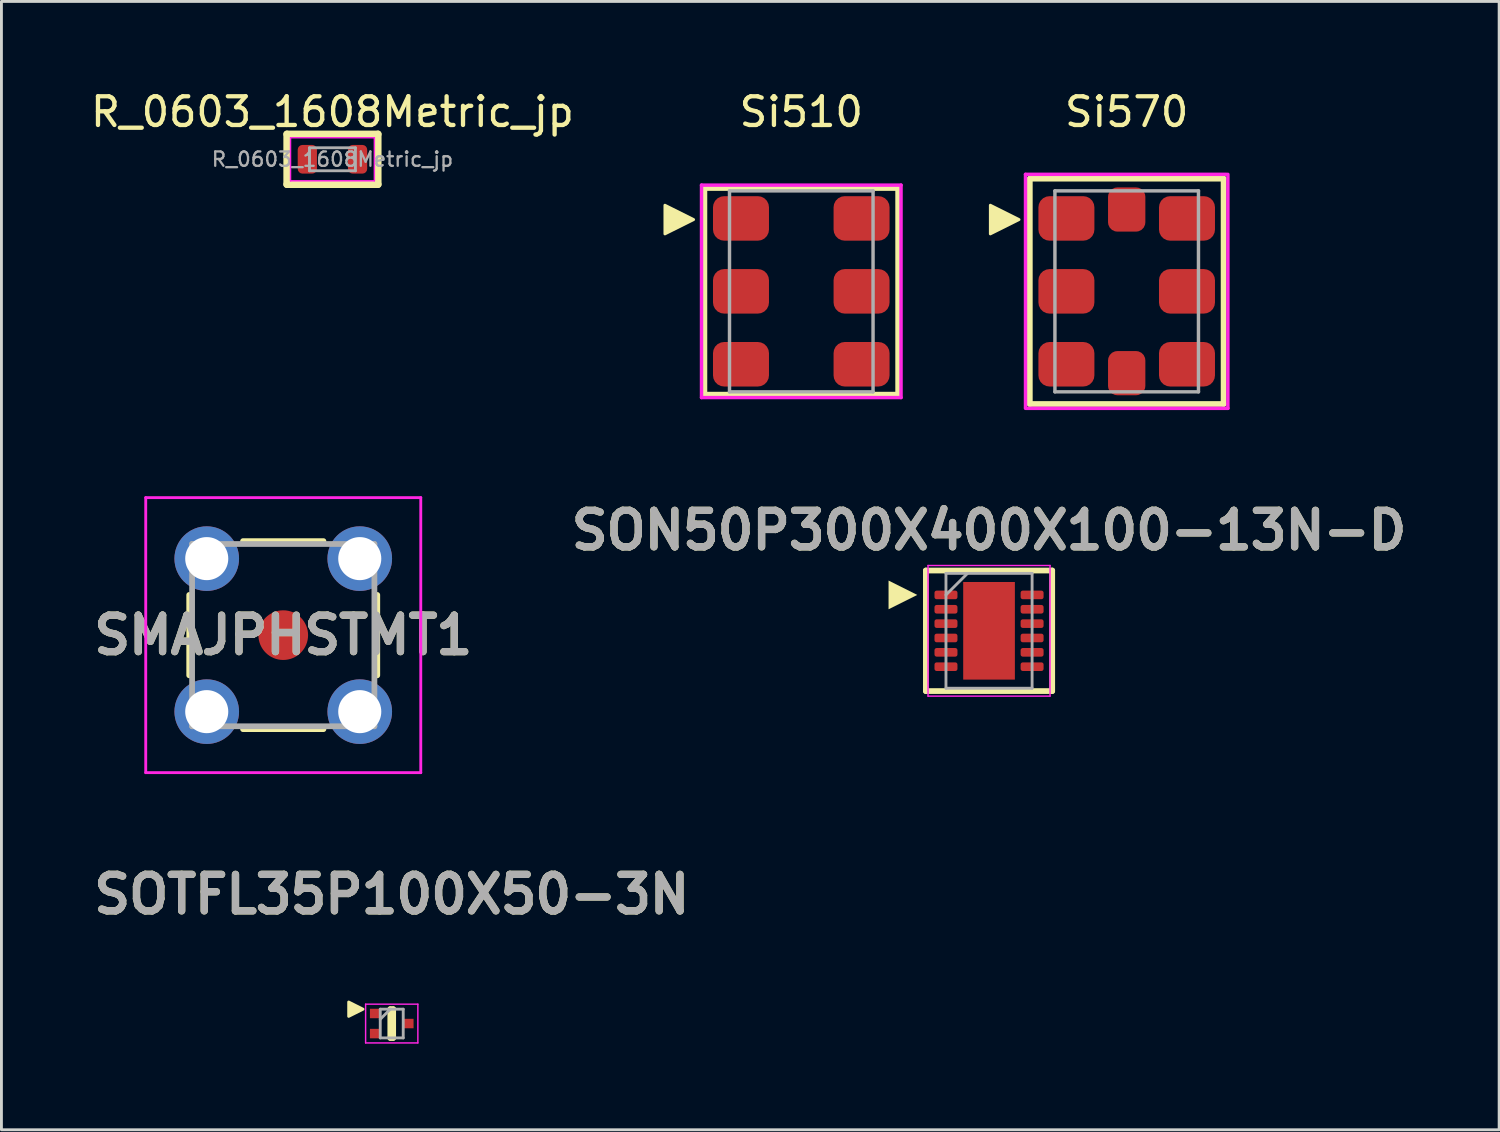
<source format=kicad_pcb>
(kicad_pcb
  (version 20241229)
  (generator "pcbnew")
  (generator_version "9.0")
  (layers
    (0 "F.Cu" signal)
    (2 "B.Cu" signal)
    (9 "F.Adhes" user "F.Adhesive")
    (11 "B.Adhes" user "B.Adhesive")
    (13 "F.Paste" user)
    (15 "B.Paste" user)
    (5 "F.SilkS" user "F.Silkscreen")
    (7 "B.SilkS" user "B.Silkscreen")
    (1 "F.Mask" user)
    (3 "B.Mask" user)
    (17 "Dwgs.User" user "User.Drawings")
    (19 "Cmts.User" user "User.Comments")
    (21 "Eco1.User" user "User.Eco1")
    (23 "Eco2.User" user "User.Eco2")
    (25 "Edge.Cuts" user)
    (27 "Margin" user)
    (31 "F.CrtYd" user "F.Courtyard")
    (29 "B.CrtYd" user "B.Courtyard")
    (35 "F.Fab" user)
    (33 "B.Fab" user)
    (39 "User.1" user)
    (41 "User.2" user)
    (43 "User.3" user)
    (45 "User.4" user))
  (footprint "Si570"
    (layer "F.Cu")
    (at 36.195 7.098)
    (property "Reference" "Si570" (at 0 -6.25 0) (layer "F.SilkS") (effects (font (size 1 1) (thickness 0.15))))
    (attr through_hole)
    (fp_line (start -3.375 -3.925) (end -3.375 3.925) (stroke (width 0.2) (type solid)) (layer "F.SilkS"))
    (fp_line (start -3.375 3.925) (end 3.375 3.925) (stroke (width 0.2) (type solid)) (layer "F.SilkS"))
    (fp_line (start 3.375 -3.925) (end -3.375 -3.925) (stroke (width 0.2) (type solid)) (layer "F.SilkS"))
    (fp_line (start 3.375 3.925) (end 3.375 -3.925) (stroke (width 0.2) (type solid)) (layer "F.SilkS"))
    (fp_poly (pts (xy -3.75 -2.5) (xy -4.75 -2) (xy -4.75 -3)) (stroke (width 0.1) (type solid)) (fill yes) (layer "F.SilkS"))
    (fp_line (start -3.525 -4.075) (end 3.475 -4.075) (stroke (width 0.12) (type solid)) (layer "F.CrtYd"))
    (fp_line (start -3.525 4.05) (end -3.525 -4.075) (stroke (width 0.12) (type solid)) (layer "F.CrtYd"))
    (fp_line (start 3.525 -4.075) (end 3.525 4.075) (stroke (width 0.12) (type solid)) (layer "F.CrtYd"))
    (fp_line (start 3.525 4.075) (end -3.525 4.075) (stroke (width 0.12) (type solid)) (layer "F.CrtYd"))
    (fp_line (start -2.5 -3.5) (end 2.5 -3.5) (stroke (width 0.12) (type solid)) (layer "F.Fab"))
    (fp_line (start -2.5 3.5) (end -2.5 -3.5) (stroke (width 0.12) (type solid)) (layer "F.Fab"))
    (fp_line (start 2.5 -3.5) (end 2.5 3.5) (stroke (width 0.12) (type solid)) (layer "F.Fab"))
    (fp_line (start 2.5 3.5) (end -2.5 3.5) (stroke (width 0.12) (type solid)) (layer "F.Fab"))
    (pad "1" smd roundrect (at -2.1 -2.54) (size 1.95 1.55) (layers "F.Cu" "F.Mask" "F.Paste") (roundrect_rratio 0.25))
    (pad "2" smd roundrect (at -2.1 0) (size 1.95 1.55) (layers "F.Cu" "F.Mask" "F.Paste") (roundrect_rratio 0.25))
    (pad "3" smd roundrect (at -2.1 2.54) (size 1.95 1.55) (layers "F.Cu" "F.Mask" "F.Paste") (roundrect_rratio 0.25))
    (pad "4" smd roundrect (at 2.1 2.54) (size 1.95 1.55) (layers "F.Cu" "F.Mask" "F.Paste") (roundrect_rratio 0.25))
    (pad "5" smd roundrect (at 2.1 0) (size 1.95 1.55) (layers "F.Cu" "F.Mask" "F.Paste") (roundrect_rratio 0.25))
    (pad "6" smd roundrect (at 2.1 -2.54) (size 1.95 1.55) (layers "F.Cu" "F.Mask" "F.Paste") (roundrect_rratio 0.25))
    (pad "7" smd roundrect (at 0 -2.85) (size 1.3 1.54) (layers "F.Cu" "F.Mask" "F.Paste") (roundrect_rratio 0.25))
    (pad "8" smd roundrect (at 0 2.85) (size 1.3 1.54) (layers "F.Cu" "F.Mask" "F.Paste") (roundrect_rratio 0.25)))
  (footprint "Si510"
    (layer "F.Cu")
    (at 24.86 7.098)
    (property "Reference" "Si510" (at 0 -6.25 0) (layer "F.SilkS") (effects (font (size 1 1) (thickness 0.15))))
    (attr through_hole)
    (fp_line (start -3.375 -3.6) (end -3.375 3.6) (stroke (width 0.2) (type solid)) (layer "F.SilkS"))
    (fp_line (start -3.375 3.6) (end 3.375 3.6) (stroke (width 0.2) (type solid)) (layer "F.SilkS"))
    (fp_line (start 3.375 -3.6) (end -3.375 -3.6) (stroke (width 0.2) (type solid)) (layer "F.SilkS"))
    (fp_line (start 3.375 3.6) (end 3.375 -3.6) (stroke (width 0.2) (type solid)) (layer "F.SilkS"))
    (fp_poly (pts (xy -3.75 -2.5) (xy -4.75 -2) (xy -4.75 -3)) (stroke (width 0.1) (type solid)) (fill yes) (layer "F.SilkS"))
    (fp_line (start -3.475 -3.7) (end 3.475 -3.7) (stroke (width 0.12) (type solid)) (layer "F.CrtYd"))
    (fp_line (start -3.475 3.7) (end -3.475 -3.7) (stroke (width 0.12) (type solid)) (layer "F.CrtYd"))
    (fp_line (start 3.475 -3.7) (end 3.475 3.7) (stroke (width 0.12) (type solid)) (layer "F.CrtYd"))
    (fp_line (start 3.475 3.7) (end -3.475 3.7) (stroke (width 0.12) (type solid)) (layer "F.CrtYd"))
    (fp_line (start -2.5 -3.5) (end 2.5 -3.5) (stroke (width 0.12) (type solid)) (layer "F.Fab"))
    (fp_line (start -2.5 3.5) (end -2.5 -3.5) (stroke (width 0.12) (type solid)) (layer "F.Fab"))
    (fp_line (start 2.5 -3.5) (end 2.5 3.5) (stroke (width 0.12) (type solid)) (layer "F.Fab"))
    (fp_line (start 2.5 3.5) (end -2.5 3.5) (stroke (width 0.12) (type solid)) (layer "F.Fab"))
    (pad "1" smd roundrect (at -2.1 -2.54) (size 1.95 1.55) (layers "F.Cu" "F.Mask" "F.Paste") (roundrect_rratio 0.25))
    (pad "2" smd roundrect (at -2.1 0) (size 1.95 1.55) (layers "F.Cu" "F.Mask" "F.Paste") (roundrect_rratio 0.25))
    (pad "3" smd roundrect (at -2.1 2.54) (size 1.95 1.55) (layers "F.Cu" "F.Mask" "F.Paste") (roundrect_rratio 0.25))
    (pad "4" smd roundrect (at 2.1 2.54) (size 1.95 1.55) (layers "F.Cu" "F.Mask" "F.Paste") (roundrect_rratio 0.25))
    (pad "5" smd roundrect (at 2.1 0) (size 1.95 1.55) (layers "F.Cu" "F.Mask" "F.Paste") (roundrect_rratio 0.25))
    (pad "6" smd roundrect (at 2.1 -2.54) (size 1.95 1.55) (layers "F.Cu" "F.Mask" "F.Paste") (roundrect_rratio 0.25)))
  (footprint "SMAJPHSTMT1"
    (layer "F.Cu")
    (at 6.816 19.073)
    (property "Reference" "SMAJPHSTMT1" (at 0 0 0) (layer "F.SilkS") (effects (font (size 1.27 1.27) (thickness 0.254))))
    (attr through_hole)
    (fp_line (start -3.275 -1.4) (end -3.275 1.4) (stroke (width 0.2) (type solid)) (layer "F.SilkS"))
    (fp_line (start -1.4 -3.275) (end 1.4 -3.275) (stroke (width 0.2) (type solid)) (layer "F.SilkS"))
    (fp_line (start -1.4 3.275) (end 1.4 3.275) (stroke (width 0.2) (type solid)) (layer "F.SilkS"))
    (fp_line (start 3.275 1.4) (end 3.275 -1.4) (stroke (width 0.2) (type solid)) (layer "F.SilkS"))
    (fp_line (start -4.79 -4.79) (end 4.79 -4.79) (stroke (width 0.1) (type solid)) (layer "F.CrtYd"))
    (fp_line (start -4.79 4.79) (end -4.79 -4.79) (stroke (width 0.1) (type solid)) (layer "F.CrtYd"))
    (fp_line (start 4.79 -4.79) (end 4.79 4.79) (stroke (width 0.1) (type solid)) (layer "F.CrtYd"))
    (fp_line (start 4.79 4.79) (end -4.79 4.79) (stroke (width 0.1) (type solid)) (layer "F.CrtYd"))
    (fp_line (start -3.175 -3.175) (end 3.175 -3.175) (stroke (width 0.2) (type solid)) (layer "F.Fab"))
    (fp_line (start -3.175 3.175) (end -3.175 -3.175) (stroke (width 0.2) (type solid)) (layer "F.Fab"))
    (fp_line (start 3.175 -3.175) (end 3.175 3.175) (stroke (width 0.2) (type solid)) (layer "F.Fab"))
    (fp_line (start 3.175 3.175) (end -3.175 3.175) (stroke (width 0.2) (type solid)) (layer "F.Fab"))
    (fp_text user "${REFERENCE}" (at 0 0 0) (layer "F.Fab") (effects (font (size 1.27 1.27) (thickness 0.254))))
    (pad "1" smd circle (at 0 0 90) (size 1.73 1.73) (layers "F.Cu" "F.Mask" "F.Paste"))
    (pad "2" thru_hole circle (at -2.665 2.665) (size 2.25 2.25) (drill 1.5) (layers "*.Cu" "*.Mask"))
    (pad "3" thru_hole circle (at -2.665 -2.665) (size 2.25 2.25) (drill 1.5) (layers "*.Cu" "*.Mask"))
    (pad "4" thru_hole circle (at 2.665 2.665) (size 2.25 2.25) (drill 1.5) (layers "*.Cu" "*.Mask"))
    (pad "5" thru_hole circle (at 2.665 -2.665) (size 2.25 2.25) (drill 1.5) (layers "*.Cu" "*.Mask")))
  (footprint "R_0603_1608Metric_jp"
    (layer "F.Cu")
    (at 8.53 2.498)
    (property "Reference" "R_0603_1608Metric_jp" (at 0 -1.65 0) (layer "F.SilkS") (effects (font (size 1 1) (thickness 0.15))))
    (attr smd)
    (fp_line (start -1.585 -0.875) (end -1.585 0.875) (stroke (width 0.25) (type solid)) (layer "F.SilkS"))
    (fp_line (start -1.585 0.875) (end 1.585 0.875) (stroke (width 0.25) (type solid)) (layer "F.SilkS"))
    (fp_line (start 1.585 -0.875) (end -1.585 -0.875) (stroke (width 0.25) (type solid)) (layer "F.SilkS"))
    (fp_line (start 1.585 -0.875) (end 1.585 0.875) (stroke (width 0.25) (type solid)) (layer "F.SilkS"))
    (fp_line (start -1.46 -0.75) (end 1.46 -0.75) (stroke (width 0.05) (type solid)) (layer "F.CrtYd"))
    (fp_line (start -1.46 0.75) (end -1.46 -0.75) (stroke (width 0.05) (type solid)) (layer "F.CrtYd"))
    (fp_line (start 1.46 -0.75) (end 1.46 0.75) (stroke (width 0.05) (type solid)) (layer "F.CrtYd"))
    (fp_line (start 1.46 0.75) (end -1.46 0.75) (stroke (width 0.05) (type solid)) (layer "F.CrtYd"))
    (fp_line (start -0.8 -0.4) (end 0.8 -0.4) (stroke (width 0.1) (type solid)) (layer "F.Fab"))
    (fp_line (start -0.8 0.4) (end -0.8 -0.4) (stroke (width 0.1) (type solid)) (layer "F.Fab"))
    (fp_line (start 0.8 -0.4) (end 0.8 0.4) (stroke (width 0.1) (type solid)) (layer "F.Fab"))
    (fp_line (start 0.8 0.4) (end -0.8 0.4) (stroke (width 0.1) (type solid)) (layer "F.Fab"))
    (fp_text user "${REFERENCE}" (at 0 0 0) (layer "F.Fab") (effects (font (size 0.5 0.5) (thickness 0.08))))
    (pad "1" smd roundrect (at -0.875 0) (size 0.67 1) (layers "F.Cu" "F.Mask" "F.Paste") (roundrect_rratio 0.25))
    (pad "2" smd roundrect (at 0.875 0) (size 0.67 1) (layers "F.Cu" "F.Mask" "F.Paste") (roundrect_rratio 0.25)))
  (footprint "SOTFL35P100X50-3N"
    (layer "F.Cu")
    (at 10.595 32.602)
    (property "Reference" "SOTFL35P100X50-3N" (at 0 -4.5 0) (layer "F.SilkS") (effects (font (size 1.27 1.27) (thickness 0.254))))
    (attr smd)
    (fp_line (start -0.05 -0.5) (end 0.05 -0.5) (stroke (width 0.2) (type solid)) (layer "F.SilkS"))
    (fp_line (start -0.05 0.5) (end -0.05 -0.5) (stroke (width 0.2) (type solid)) (layer "F.SilkS"))
    (fp_line (start 0.05 -0.5) (end 0.05 0.5) (stroke (width 0.2) (type solid)) (layer "F.SilkS"))
    (fp_line (start 0.05 0.5) (end -0.05 0.5) (stroke (width 0.2) (type solid)) (layer "F.SilkS"))
    (fp_poly (pts (xy -1 -0.5) (xy -1.5 -0.25) (xy -1.5 -0.75)) (stroke (width 0.1) (type solid)) (fill yes) (layer "F.SilkS"))
    (fp_line (start -0.91 -0.675) (end 0.91 -0.675) (stroke (width 0.05) (type solid)) (layer "F.CrtYd"))
    (fp_line (start -0.91 0.675) (end -0.91 -0.675) (stroke (width 0.05) (type solid)) (layer "F.CrtYd"))
    (fp_line (start 0.91 -0.675) (end 0.91 0.675) (stroke (width 0.05) (type solid)) (layer "F.CrtYd"))
    (fp_line (start 0.91 0.675) (end -0.91 0.675) (stroke (width 0.05) (type solid)) (layer "F.CrtYd"))
    (fp_line (start -0.4 -0.5) (end 0.4 -0.5) (stroke (width 0.1) (type solid)) (layer "F.Fab"))
    (fp_line (start -0.4 -0.15) (end -0.05 -0.5) (stroke (width 0.1) (type solid)) (layer "F.Fab"))
    (fp_line (start -0.4 0.5) (end -0.4 -0.5) (stroke (width 0.1) (type solid)) (layer "F.Fab"))
    (fp_line (start 0.4 -0.5) (end 0.4 0.5) (stroke (width 0.1) (type solid)) (layer "F.Fab"))
    (fp_line (start 0.4 0.5) (end -0.4 0.5) (stroke (width 0.1) (type solid)) (layer "F.Fab"))
    (fp_text user "${REFERENCE}" (at 0 -4.5 0) (layer "F.Fab") (effects (font (size 1.27 1.27) (thickness 0.254))))
    (pad "1" smd rect (at -0.58 -0.35 90) (size 0.33 0.36) (layers "F.Cu" "F.Mask" "F.Paste"))
    (pad "2" smd rect (at -0.58 0.35 90) (size 0.33 0.36) (layers "F.Cu" "F.Mask" "F.Paste"))
    (pad "3" smd rect (at 0.58 0 90) (size 0.33 0.36) (layers "F.Cu" "F.Mask" "F.Paste")))
  (footprint "SON50P300X400X100-13N-D"
    (layer "F.Cu")
    (at 31.4 18.922)
    (property "Reference" "SON50P300X400X100-13N-D" (at 0 -3.5 0) (layer "F.SilkS") (effects (font (size 1.27 1.27) (thickness 0.254))))
    (attr smd)
    (fp_line (start -2.2 -2.1) (end 2.2 -2.1) (stroke (width 0.2) (type solid)) (layer "F.SilkS"))
    (fp_line (start -2.2 2.1) (end -2.2 -2.1) (stroke (width 0.2) (type solid)) (layer "F.SilkS"))
    (fp_line (start 2.2 2.1) (end -2.2 2.1) (stroke (width 0.2) (type solid)) (layer "F.SilkS"))
    (fp_line (start 2.2 2.1) (end 2.2 -2.1) (stroke (width 0.2) (type solid)) (layer "F.SilkS"))
    (fp_poly (pts (xy -2.5 -1.25) (xy -3.5 -0.75) (xy -3.5 -1.75)) (stroke (width 0) (type solid)) (fill yes) (layer "F.SilkS"))
    (fp_line (start -2.125 -2.275) (end 2.125 -2.275) (stroke (width 0.05) (type solid)) (layer "F.CrtYd"))
    (fp_line (start -2.125 2.275) (end -2.125 -2.275) (stroke (width 0.05) (type solid)) (layer "F.CrtYd"))
    (fp_line (start 2.125 -2.275) (end 2.125 2.275) (stroke (width 0.05) (type solid)) (layer "F.CrtYd"))
    (fp_line (start 2.125 2.275) (end -2.125 2.275) (stroke (width 0.05) (type solid)) (layer "F.CrtYd"))
    (fp_line (start -1.5 -2) (end 1.5 -2) (stroke (width 0.1) (type solid)) (layer "F.Fab"))
    (fp_line (start -1.5 -1.25) (end -0.75 -2) (stroke (width 0.1) (type solid)) (layer "F.Fab"))
    (fp_line (start -1.5 2) (end -1.5 -2) (stroke (width 0.1) (type solid)) (layer "F.Fab"))
    (fp_line (start 1.5 -2) (end 1.5 2) (stroke (width 0.1) (type solid)) (layer "F.Fab"))
    (fp_line (start 1.5 2) (end -1.5 2) (stroke (width 0.1) (type solid)) (layer "F.Fab"))
    (fp_text user "${REFERENCE}" (at 0 -3.5 0) (layer "F.Fab") (effects (font (size 1.27 1.27) (thickness 0.254))))
    (pad "1" smd roundrect (at -1.5 -1.25 90) (size 0.3 0.8) (layers "F.Cu" "F.Mask" "F.Paste") (roundrect_rratio 0.25))
    (pad "2" smd roundrect (at -1.5 -0.75 90) (size 0.3 0.8) (layers "F.Cu" "F.Mask" "F.Paste") (roundrect_rratio 0.25))
    (pad "3" smd roundrect (at -1.5 -0.25 90) (size 0.3 0.8) (layers "F.Cu" "F.Mask" "F.Paste") (roundrect_rratio 0.25))
    (pad "4" smd roundrect (at -1.5 0.25 90) (size 0.3 0.8) (layers "F.Cu" "F.Mask" "F.Paste") (roundrect_rratio 0.25))
    (pad "5" smd roundrect (at -1.5 0.75 90) (size 0.3 0.8) (layers "F.Cu" "F.Mask" "F.Paste") (roundrect_rratio 0.25))
    (pad "6" smd roundrect (at -1.5 1.25 90) (size 0.3 0.8) (layers "F.Cu" "F.Mask" "F.Paste") (roundrect_rratio 0.25))
    (pad "7" smd roundrect (at 1.5 1.25 90) (size 0.3 0.8) (layers "F.Cu" "F.Mask" "F.Paste") (roundrect_rratio 0.25))
    (pad "8" smd roundrect (at 1.5 0.75 90) (size 0.3 0.8) (layers "F.Cu" "F.Mask" "F.Paste") (roundrect_rratio 0.25))
    (pad "9" smd roundrect (at 1.5 0.25 90) (size 0.3 0.8) (layers "F.Cu" "F.Mask" "F.Paste") (roundrect_rratio 0.25))
    (pad "10" smd roundrect (at 1.5 -0.25 90) (size 0.3 0.8) (layers "F.Cu" "F.Mask" "F.Paste") (roundrect_rratio 0.25))
    (pad "11" smd roundrect (at 1.5 -0.75 90) (size 0.3 0.8) (layers "F.Cu" "F.Mask" "F.Paste") (roundrect_rratio 0.25))
    (pad "12" smd roundrect (at 1.5 -1.25 90) (size 0.3 0.8) (layers "F.Cu" "F.Mask" "F.Paste") (roundrect_rratio 0.25))
    (pad "13" smd rect (at 0 0) (size 1.8 3.4) (layers "F.Cu" "F.Mask" "F.Paste")))
  (gr_rect
    (start -3 -3)
    (end 49.168 36.302)
    (stroke (width 0.1) (type default))
    (fill no)
    (layer "Edge.Cuts")))
</source>
